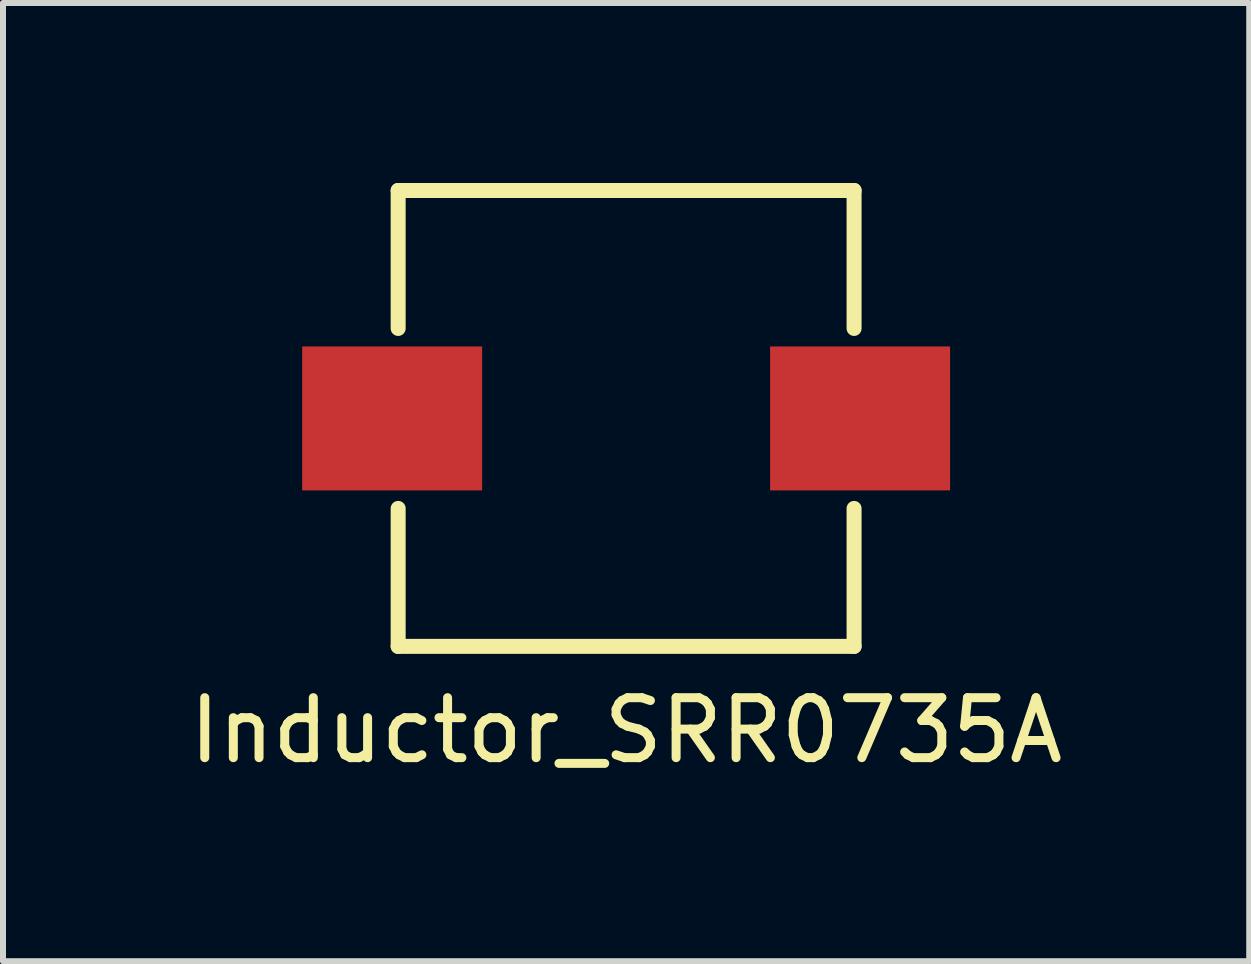
<source format=kicad_pcb>
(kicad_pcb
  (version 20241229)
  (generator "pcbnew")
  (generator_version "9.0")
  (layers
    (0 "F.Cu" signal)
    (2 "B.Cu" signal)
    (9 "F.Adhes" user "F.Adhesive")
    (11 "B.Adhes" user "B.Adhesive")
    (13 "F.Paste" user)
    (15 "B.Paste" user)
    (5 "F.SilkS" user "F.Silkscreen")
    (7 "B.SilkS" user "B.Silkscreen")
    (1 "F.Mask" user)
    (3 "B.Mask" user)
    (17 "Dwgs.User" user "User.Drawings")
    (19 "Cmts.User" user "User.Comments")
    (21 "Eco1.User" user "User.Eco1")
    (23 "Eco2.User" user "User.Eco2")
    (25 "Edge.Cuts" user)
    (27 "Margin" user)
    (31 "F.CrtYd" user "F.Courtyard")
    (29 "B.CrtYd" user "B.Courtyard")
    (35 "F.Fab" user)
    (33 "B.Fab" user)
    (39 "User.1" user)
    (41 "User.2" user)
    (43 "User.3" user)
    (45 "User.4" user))
  (footprint "Inductor_SRR0735A"
    (layer "F.Cu")
    (at 7.387 3.925)
    (property "Reference" "Inductor_SRR0735A" (at 0 5.2 0) (layer "F.SilkS") (effects (font (size 1 1) (thickness 0.15))))
    (attr through_hole)
    (fp_line (start -3.8 -3.8) (end 3.8 -3.8) (stroke (width 0.25) (type solid)) (layer "F.SilkS"))
    (fp_line (start -3.8 -1.5) (end -3.8 -3.8) (stroke (width 0.25) (type solid)) (layer "F.SilkS"))
    (fp_line (start -3.8 3.8) (end -3.8 1.5) (stroke (width 0.25) (type solid)) (layer "F.SilkS"))
    (fp_line (start 3.8 -3.8) (end 3.8 -1.5) (stroke (width 0.25) (type solid)) (layer "F.SilkS"))
    (fp_line (start 3.8 1.5) (end 3.8 3.8) (stroke (width 0.25) (type solid)) (layer "F.SilkS"))
    (fp_line (start 3.8 3.8) (end -3.8 3.8) (stroke (width 0.25) (type solid)) (layer "F.SilkS"))
    (pad "1" smd rect (at -3.9 0) (size 3 2.4) (layers "F.Cu" "F.Mask" "F.Paste"))
    (pad "2" smd rect (at 3.9 0) (size 3 2.4) (layers "F.Cu" "F.Mask" "F.Paste")))
  (gr_rect
    (start -3 -3)
    (end 17.774 12.973)
    (stroke (width 0.1) (type default))
    (fill no)
    (layer "Edge.Cuts")))
</source>
